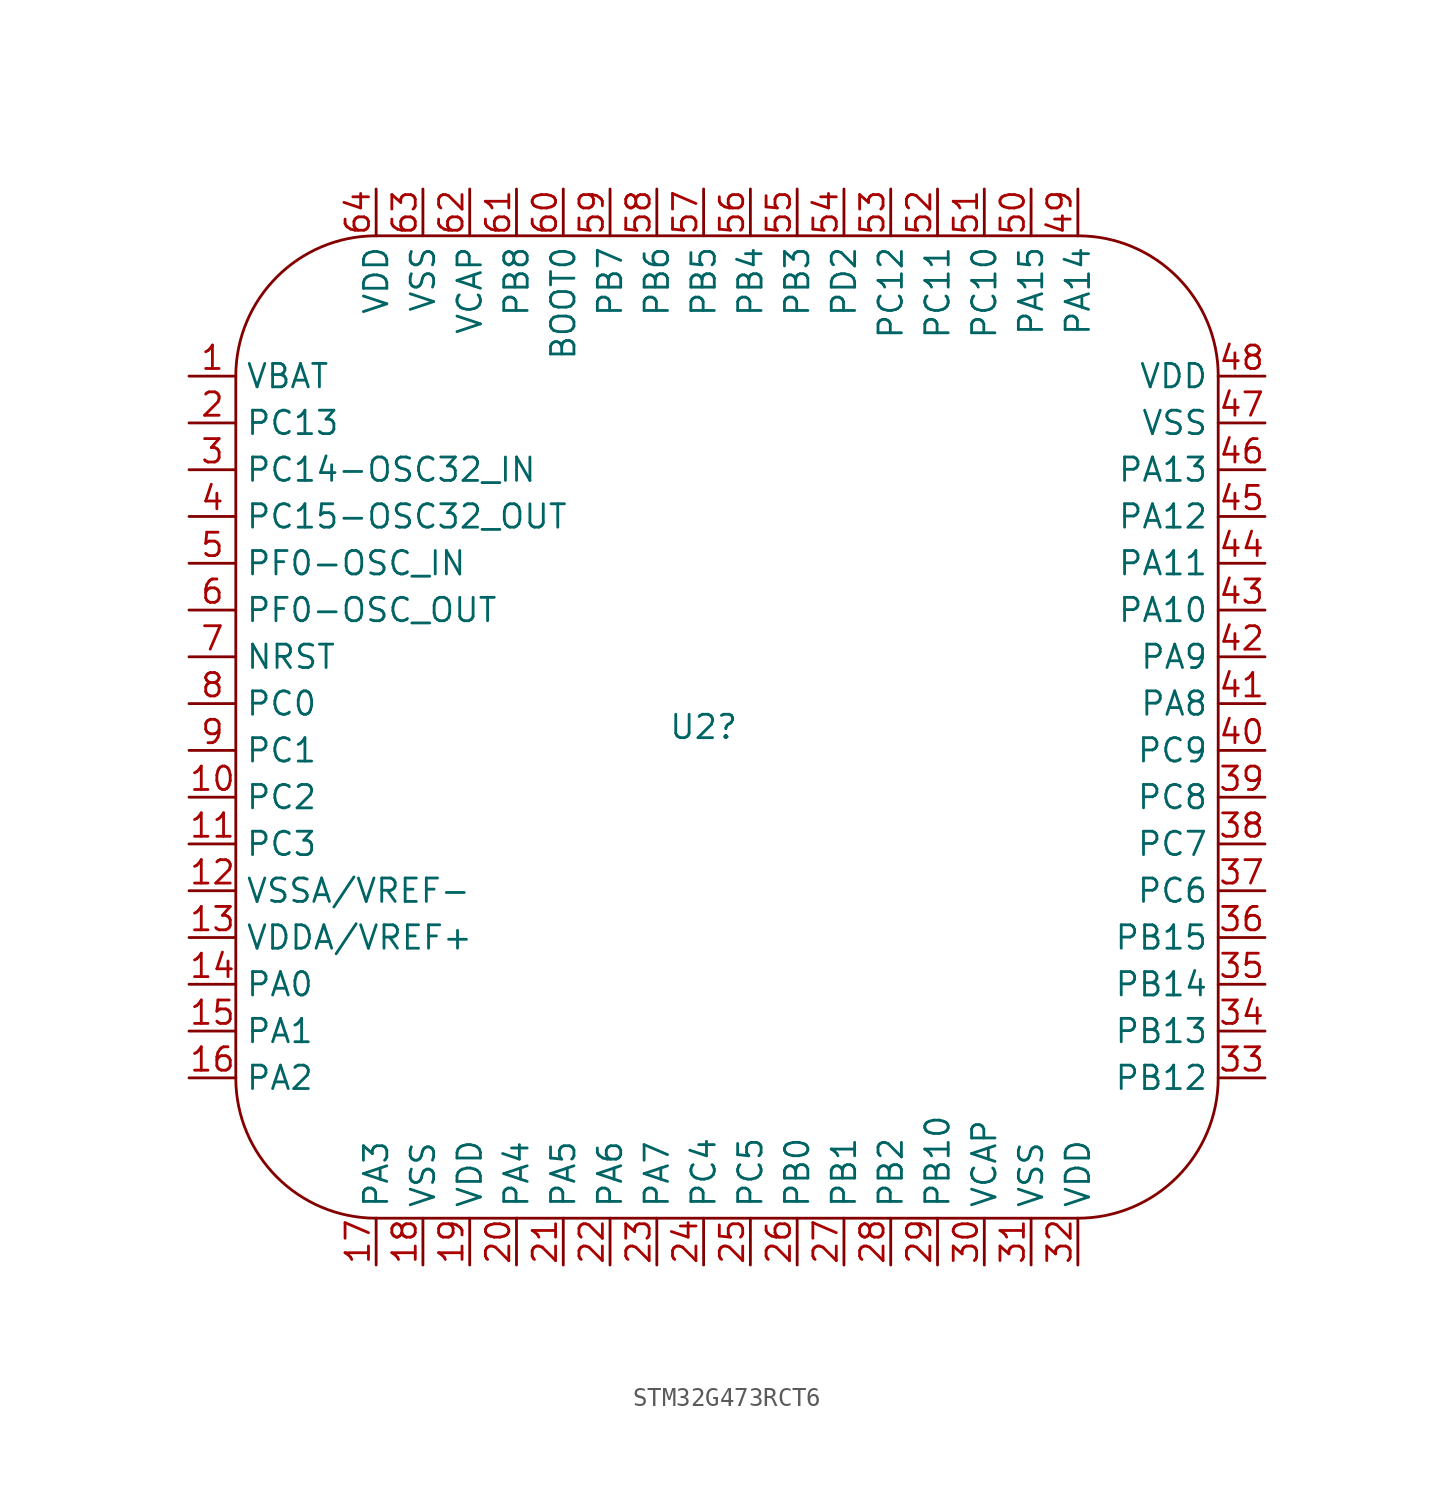
<source format=kicad_sym>
(kicad_symbol_lib
  (version 20231120)
  (generator "kicad_symbol_editor")
  (generator_version "8.0")
  (symbol "STM32G473RCT6"
    (property "Reference" "U2"
      (at -1.27 -1.27 0)
      (effects (font (size 1.27 1.27))))
    (property "Value" ""
      (at -20.32 16.51 0)
      (effects (font (size 1.27 1.27))))
    (symbol "STM32G473RCT6_0_1"
      (arc (start -26.67 -20.32) (mid -24.4382 -25.7082) (end -19.05 -27.94) (stroke (width 0) (type default)) (fill (type none)))
      (arc (start -19.05 25.4) (mid -24.4382 23.1682) (end -26.67 17.78) (stroke (width 0) (type default)) (fill (type none)))
      (polyline (pts (xy -26.67 17.78) (xy -26.67 -20.32)) (stroke (width 0) (type default)) (fill (type none)))
      (polyline (pts (xy -19.05 25.4) (xy 19.05 25.4)) (stroke (width 0) (type default)) (fill (type none)))
      (polyline (pts (xy 19.05 -27.94) (xy -19.05 -27.94)) (stroke (width 0) (type default)) (fill (type none)))
      (polyline (pts (xy 26.67 17.78) (xy 26.67 -20.32)) (stroke (width 0) (type default)) (fill (type none)))
      (arc (start 19.05 -27.94) (mid 24.4382 -25.7082) (end 26.67 -20.32) (stroke (width 0) (type default)) (fill (type none)))
      (arc (start 26.67 17.78) (mid 24.4382 23.1682) (end 19.05 25.4) (stroke (width 0) (type default)) (fill (type none))))
    (symbol "STM32G473RCT6_1_1"
      (pin input line (at -29.21 17.78 0) (length 2.54) (name "VBAT" (effects (font (size 1.27 1.27)))) (number "1" (effects (font (size 1.27 1.27)))))
      (pin input line (at -29.21 -5.08 0) (length 2.54) (name "PC2" (effects (font (size 1.27 1.27)))) (number "10" (effects (font (size 1.27 1.27)))))
      (pin input line (at -29.21 -7.62 0) (length 2.54) (name "PC3" (effects (font (size 1.27 1.27)))) (number "11" (effects (font (size 1.27 1.27)))))
      (pin input line (at -29.21 -10.16 0) (length 2.54) (name "VSSA/VREF-" (effects (font (size 1.27 1.27)))) (number "12" (effects (font (size 1.27 1.27)))))
      (pin input line (at -29.21 -12.7 0) (length 2.54) (name "VDDA/VREF+" (effects (font (size 1.27 1.27)))) (number "13" (effects (font (size 1.27 1.27)))))
      (pin input line (at -29.21 -15.24 0) (length 2.54) (name "PA0" (effects (font (size 1.27 1.27)))) (number "14" (effects (font (size 1.27 1.27)))))
      (pin input line (at -29.21 -17.78 0) (length 2.54) (name "PA1" (effects (font (size 1.27 1.27)))) (number "15" (effects (font (size 1.27 1.27)))))
      (pin input line (at -29.21 -20.32 0) (length 2.54) (name "PA2" (effects (font (size 1.27 1.27)))) (number "16" (effects (font (size 1.27 1.27)))))
      (pin input line (at -19.05 -30.48 90) (length 2.54) (name "PA3" (effects (font (size 1.27 1.27)))) (number "17" (effects (font (size 1.27 1.27)))))
      (pin input line (at -16.51 -30.48 90) (length 2.54) (name "VSS" (effects (font (size 1.27 1.27)))) (number "18" (effects (font (size 1.27 1.27)))))
      (pin input line (at -13.97 -30.48 90) (length 2.54) (name "VDD" (effects (font (size 1.27 1.27)))) (number "19" (effects (font (size 1.27 1.27)))))
      (pin input line (at -29.21 15.24 0) (length 2.54) (name "PC13" (effects (font (size 1.27 1.27)))) (number "2" (effects (font (size 1.27 1.27)))))
      (pin input line (at -11.43 -30.48 90) (length 2.54) (name "PA4" (effects (font (size 1.27 1.27)))) (number "20" (effects (font (size 1.27 1.27)))))
      (pin input line (at -8.89 -30.48 90) (length 2.54) (name "PA5" (effects (font (size 1.27 1.27)))) (number "21" (effects (font (size 1.27 1.27)))))
      (pin input line (at -6.35 -30.48 90) (length 2.54) (name "PA6" (effects (font (size 1.27 1.27)))) (number "22" (effects (font (size 1.27 1.27)))))
      (pin input line (at -3.81 -30.48 90) (length 2.54) (name "PA7" (effects (font (size 1.27 1.27)))) (number "23" (effects (font (size 1.27 1.27)))))
      (pin input line (at -1.27 -30.48 90) (length 2.54) (name "PC4" (effects (font (size 1.27 1.27)))) (number "24" (effects (font (size 1.27 1.27)))))
      (pin input line (at 1.27 -30.48 90) (length 2.54) (name "PC5" (effects (font (size 1.27 1.27)))) (number "25" (effects (font (size 1.27 1.27)))))
      (pin input line (at 3.81 -30.48 90) (length 2.54) (name "PB0" (effects (font (size 1.27 1.27)))) (number "26" (effects (font (size 1.27 1.27)))))
      (pin input line (at 6.35 -30.48 90) (length 2.54) (name "PB1" (effects (font (size 1.27 1.27)))) (number "27" (effects (font (size 1.27 1.27)))))
      (pin input line (at 8.89 -30.48 90) (length 2.54) (name "PB2" (effects (font (size 1.27 1.27)))) (number "28" (effects (font (size 1.27 1.27)))))
      (pin input line (at 11.43 -30.48 90) (length 2.54) (name "PB10" (effects (font (size 1.27 1.27)))) (number "29" (effects (font (size 1.27 1.27)))))
      (pin input line (at -29.21 12.7 0) (length 2.54) (name "PC14-OSC32_IN" (effects (font (size 1.27 1.27)))) (number "3" (effects (font (size 1.27 1.27)))))
      (pin input line (at 13.97 -30.48 90) (length 2.54) (name "VCAP" (effects (font (size 1.27 1.27)))) (number "30" (effects (font (size 1.27 1.27)))))
      (pin input line (at 16.51 -30.48 90) (length 2.54) (name "VSS" (effects (font (size 1.27 1.27)))) (number "31" (effects (font (size 1.27 1.27)))))
      (pin input line (at 19.05 -30.48 90) (length 2.54) (name "VDD" (effects (font (size 1.27 1.27)))) (number "32" (effects (font (size 1.27 1.27)))))
      (pin input line (at 29.21 -20.32 180) (length 2.54) (name "PB12" (effects (font (size 1.27 1.27)))) (number "33" (effects (font (size 1.27 1.27)))))
      (pin input line (at 29.21 -17.78 180) (length 2.54) (name "PB13" (effects (font (size 1.27 1.27)))) (number "34" (effects (font (size 1.27 1.27)))))
      (pin input line (at 29.21 -15.24 180) (length 2.54) (name "PB14" (effects (font (size 1.27 1.27)))) (number "35" (effects (font (size 1.27 1.27)))))
      (pin input line (at 29.21 -12.7 180) (length 2.54) (name "PB15" (effects (font (size 1.27 1.27)))) (number "36" (effects (font (size 1.27 1.27)))))
      (pin input line (at 29.21 -10.16 180) (length 2.54) (name "PC6" (effects (font (size 1.27 1.27)))) (number "37" (effects (font (size 1.27 1.27)))))
      (pin input line (at 29.21 -7.62 180) (length 2.54) (name "PC7" (effects (font (size 1.27 1.27)))) (number "38" (effects (font (size 1.27 1.27)))))
      (pin input line (at 29.21 -5.08 180) (length 2.54) (name "PC8" (effects (font (size 1.27 1.27)))) (number "39" (effects (font (size 1.27 1.27)))))
      (pin input line (at -29.21 10.16 0) (length 2.54) (name "PC15-OSC32_OUT" (effects (font (size 1.27 1.27)))) (number "4" (effects (font (size 1.27 1.27)))))
      (pin input line (at 29.21 -2.54 180) (length 2.54) (name "PC9" (effects (font (size 1.27 1.27)))) (number "40" (effects (font (size 1.27 1.27)))))
      (pin input line (at 29.21 0 180) (length 2.54) (name "PA8" (effects (font (size 1.27 1.27)))) (number "41" (effects (font (size 1.27 1.27)))))
      (pin input line (at 29.21 2.54 180) (length 2.54) (name "PA9" (effects (font (size 1.27 1.27)))) (number "42" (effects (font (size 1.27 1.27)))))
      (pin input line (at 29.21 5.08 180) (length 2.54) (name "PA10" (effects (font (size 1.27 1.27)))) (number "43" (effects (font (size 1.27 1.27)))))
      (pin input line (at 29.21 7.62 180) (length 2.54) (name "PA11" (effects (font (size 1.27 1.27)))) (number "44" (effects (font (size 1.27 1.27)))))
      (pin input line (at 29.21 10.16 180) (length 2.54) (name "PA12" (effects (font (size 1.27 1.27)))) (number "45" (effects (font (size 1.27 1.27)))))
      (pin input line (at 29.21 12.7 180) (length 2.54) (name "PA13" (effects (font (size 1.27 1.27)))) (number "46" (effects (font (size 1.27 1.27)))))
      (pin input line (at 29.21 15.24 180) (length 2.54) (name "VSS" (effects (font (size 1.27 1.27)))) (number "47" (effects (font (size 1.27 1.27)))))
      (pin input line (at 29.21 17.78 180) (length 2.54) (name "VDD" (effects (font (size 1.27 1.27)))) (number "48" (effects (font (size 1.27 1.27)))))
      (pin input line (at 19.05 27.94 270) (length 2.54) (name "PA14" (effects (font (size 1.27 1.27)))) (number "49" (effects (font (size 1.27 1.27)))))
      (pin input line (at -29.21 7.62 0) (length 2.54) (name "PF0-OSC_IN" (effects (font (size 1.27 1.27)))) (number "5" (effects (font (size 1.27 1.27)))))
      (pin input line (at 16.51 27.94 270) (length 2.54) (name "PA15" (effects (font (size 1.27 1.27)))) (number "50" (effects (font (size 1.27 1.27)))))
      (pin input line (at 13.97 27.94 270) (length 2.54) (name "PC10" (effects (font (size 1.27 1.27)))) (number "51" (effects (font (size 1.27 1.27)))))
      (pin input line (at 11.43 27.94 270) (length 2.54) (name "PC11" (effects (font (size 1.27 1.27)))) (number "52" (effects (font (size 1.27 1.27)))))
      (pin input line (at 8.89 27.94 270) (length 2.54) (name "PC12" (effects (font (size 1.27 1.27)))) (number "53" (effects (font (size 1.27 1.27)))))
      (pin input line (at 6.35 27.94 270) (length 2.54) (name "PD2" (effects (font (size 1.27 1.27)))) (number "54" (effects (font (size 1.27 1.27)))))
      (pin input line (at 3.81 27.94 270) (length 2.54) (name "PB3" (effects (font (size 1.27 1.27)))) (number "55" (effects (font (size 1.27 1.27)))))
      (pin input line (at 1.27 27.94 270) (length 2.54) (name "PB4" (effects (font (size 1.27 1.27)))) (number "56" (effects (font (size 1.27 1.27)))))
      (pin input line (at -1.27 27.94 270) (length 2.54) (name "PB5" (effects (font (size 1.27 1.27)))) (number "57" (effects (font (size 1.27 1.27)))))
      (pin input line (at -3.81 27.94 270) (length 2.54) (name "PB6" (effects (font (size 1.27 1.27)))) (number "58" (effects (font (size 1.27 1.27)))))
      (pin input line (at -6.35 27.94 270) (length 2.54) (name "PB7" (effects (font (size 1.27 1.27)))) (number "59" (effects (font (size 1.27 1.27)))))
      (pin input line (at -29.21 5.08 0) (length 2.54) (name "PF0-OSC_OUT" (effects (font (size 1.27 1.27)))) (number "6" (effects (font (size 1.27 1.27)))))
      (pin input line (at -8.89 27.94 270) (length 2.54) (name "BOOT0" (effects (font (size 1.27 1.27)))) (number "60" (effects (font (size 1.27 1.27)))))
      (pin input line (at -11.43 27.94 270) (length 2.54) (name "PB8" (effects (font (size 1.27 1.27)))) (number "61" (effects (font (size 1.27 1.27)))))
      (pin input line (at -13.97 27.94 270) (length 2.54) (name "VCAP" (effects (font (size 1.27 1.27)))) (number "62" (effects (font (size 1.27 1.27)))))
      (pin input line (at -16.51 27.94 270) (length 2.54) (name "VSS" (effects (font (size 1.27 1.27)))) (number "63" (effects (font (size 1.27 1.27)))))
      (pin input line (at -19.05 27.94 270) (length 2.54) (name "VDD" (effects (font (size 1.27 1.27)))) (number "64" (effects (font (size 1.27 1.27)))))
      (pin input line (at -29.21 2.54 0) (length 2.54) (name "NRST" (effects (font (size 1.27 1.27)))) (number "7" (effects (font (size 1.27 1.27)))))
      (pin input line (at -29.21 0 0) (length 2.54) (name "PC0" (effects (font (size 1.27 1.27)))) (number "8" (effects (font (size 1.27 1.27)))))
      (pin input line (at -29.21 -2.54 0) (length 2.54) (name "PC1" (effects (font (size 1.27 1.27)))) (number "9" (effects (font (size 1.27 1.27))))))))
</source>
